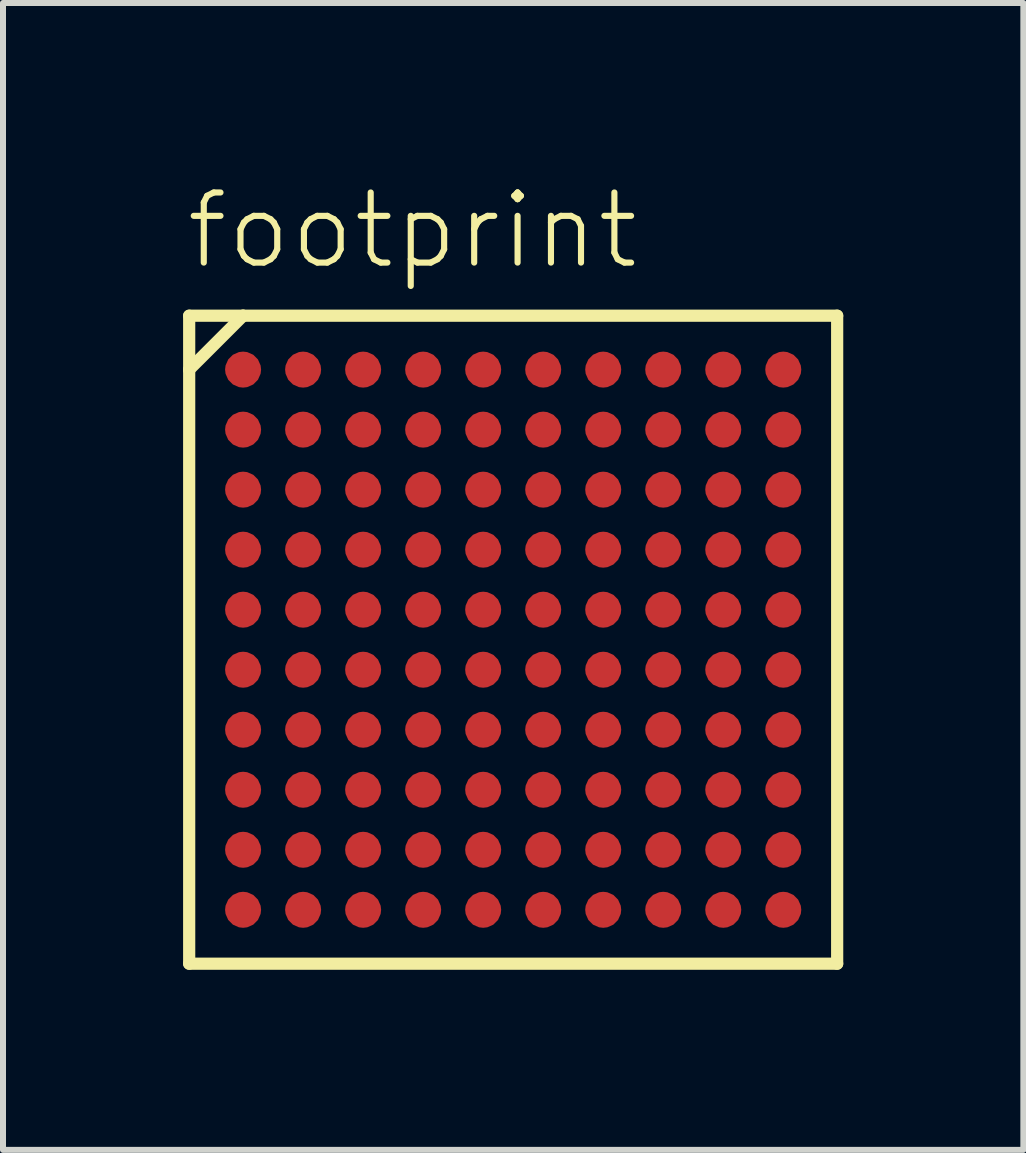
<source format=kicad_pcb>
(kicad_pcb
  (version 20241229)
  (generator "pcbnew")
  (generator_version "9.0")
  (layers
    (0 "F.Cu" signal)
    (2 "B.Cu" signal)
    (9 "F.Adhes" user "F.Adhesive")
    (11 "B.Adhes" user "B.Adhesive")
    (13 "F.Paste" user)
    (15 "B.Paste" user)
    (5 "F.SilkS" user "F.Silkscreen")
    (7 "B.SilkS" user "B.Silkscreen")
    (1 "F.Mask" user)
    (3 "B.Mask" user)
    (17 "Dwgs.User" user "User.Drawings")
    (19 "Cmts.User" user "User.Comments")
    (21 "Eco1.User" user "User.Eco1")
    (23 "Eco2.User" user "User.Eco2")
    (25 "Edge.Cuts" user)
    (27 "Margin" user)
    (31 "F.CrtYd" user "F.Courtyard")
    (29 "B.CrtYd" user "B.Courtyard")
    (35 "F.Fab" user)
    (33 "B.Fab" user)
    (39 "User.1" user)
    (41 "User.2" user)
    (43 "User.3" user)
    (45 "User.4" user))
  (footprint "footprint"
    (layer "F.Cu")
    (at 5.5 7.608)
    (property "Reference" "footprint" (at -5.5 -6.135 0) (layer "F.SilkS") (effects (font (size 1.168 1.168) (thickness 0.102)) (justify left bottom)))
    (fp_circle (center -4.5 -4.5) (end -4.375 -4.5) (stroke (width 0.25) (type solid)) (fill yes) (layer "F.Mask"))
    (fp_circle (center -4.5 -3.5) (end -4.375 -3.5) (stroke (width 0.25) (type solid)) (fill yes) (layer "F.Mask"))
    (fp_circle (center -4.5 -2.5) (end -4.375 -2.5) (stroke (width 0.25) (type solid)) (fill yes) (layer "F.Mask"))
    (fp_circle (center -4.5 -1.5) (end -4.375 -1.5) (stroke (width 0.25) (type solid)) (fill yes) (layer "F.Mask"))
    (fp_circle (center -4.5 -0.5) (end -4.375 -0.5) (stroke (width 0.25) (type solid)) (fill yes) (layer "F.Mask"))
    (fp_circle (center -4.5 0.5) (end -4.375 0.5) (stroke (width 0.25) (type solid)) (fill yes) (layer "F.Mask"))
    (fp_circle (center -4.5 1.5) (end -4.375 1.5) (stroke (width 0.25) (type solid)) (fill yes) (layer "F.Mask"))
    (fp_circle (center -4.5 2.5) (end -4.375 2.5) (stroke (width 0.25) (type solid)) (fill yes) (layer "F.Mask"))
    (fp_circle (center -4.5 3.5) (end -4.375 3.5) (stroke (width 0.25) (type solid)) (fill yes) (layer "F.Mask"))
    (fp_circle (center -4.5 4.5) (end -4.375 4.5) (stroke (width 0.25) (type solid)) (fill yes) (layer "F.Mask"))
    (fp_circle (center -3.5 -4.5) (end -3.375 -4.5) (stroke (width 0.25) (type solid)) (fill yes) (layer "F.Mask"))
    (fp_circle (center -3.5 -3.5) (end -3.375 -3.5) (stroke (width 0.25) (type solid)) (fill yes) (layer "F.Mask"))
    (fp_circle (center -3.5 -2.5) (end -3.375 -2.5) (stroke (width 0.25) (type solid)) (fill yes) (layer "F.Mask"))
    (fp_circle (center -3.5 -1.5) (end -3.375 -1.5) (stroke (width 0.25) (type solid)) (fill yes) (layer "F.Mask"))
    (fp_circle (center -3.5 -0.5) (end -3.375 -0.5) (stroke (width 0.25) (type solid)) (fill yes) (layer "F.Mask"))
    (fp_circle (center -3.5 0.5) (end -3.375 0.5) (stroke (width 0.25) (type solid)) (fill yes) (layer "F.Mask"))
    (fp_circle (center -3.5 1.5) (end -3.375 1.5) (stroke (width 0.25) (type solid)) (fill yes) (layer "F.Mask"))
    (fp_circle (center -3.5 2.5) (end -3.375 2.5) (stroke (width 0.25) (type solid)) (fill yes) (layer "F.Mask"))
    (fp_circle (center -3.5 3.5) (end -3.375 3.5) (stroke (width 0.25) (type solid)) (fill yes) (layer "F.Mask"))
    (fp_circle (center -3.5 4.5) (end -3.375 4.5) (stroke (width 0.25) (type solid)) (fill yes) (layer "F.Mask"))
    (fp_circle (center -2.5 -4.5) (end -2.375 -4.5) (stroke (width 0.25) (type solid)) (fill yes) (layer "F.Mask"))
    (fp_circle (center -2.5 -3.5) (end -2.375 -3.5) (stroke (width 0.25) (type solid)) (fill yes) (layer "F.Mask"))
    (fp_circle (center -2.5 -2.5) (end -2.375 -2.5) (stroke (width 0.25) (type solid)) (fill yes) (layer "F.Mask"))
    (fp_circle (center -2.5 -1.5) (end -2.375 -1.5) (stroke (width 0.25) (type solid)) (fill yes) (layer "F.Mask"))
    (fp_circle (center -2.5 -0.5) (end -2.375 -0.5) (stroke (width 0.25) (type solid)) (fill yes) (layer "F.Mask"))
    (fp_circle (center -2.5 0.5) (end -2.375 0.5) (stroke (width 0.25) (type solid)) (fill yes) (layer "F.Mask"))
    (fp_circle (center -2.5 1.5) (end -2.375 1.5) (stroke (width 0.25) (type solid)) (fill yes) (layer "F.Mask"))
    (fp_circle (center -2.5 2.5) (end -2.375 2.5) (stroke (width 0.25) (type solid)) (fill yes) (layer "F.Mask"))
    (fp_circle (center -2.5 3.5) (end -2.375 3.5) (stroke (width 0.25) (type solid)) (fill yes) (layer "F.Mask"))
    (fp_circle (center -2.5 4.5) (end -2.375 4.5) (stroke (width 0.25) (type solid)) (fill yes) (layer "F.Mask"))
    (fp_circle (center -1.5 -4.5) (end -1.375 -4.5) (stroke (width 0.25) (type solid)) (fill yes) (layer "F.Mask"))
    (fp_circle (center -1.5 -3.5) (end -1.375 -3.5) (stroke (width 0.25) (type solid)) (fill yes) (layer "F.Mask"))
    (fp_circle (center -1.5 -2.5) (end -1.375 -2.5) (stroke (width 0.25) (type solid)) (fill yes) (layer "F.Mask"))
    (fp_circle (center -1.5 -1.5) (end -1.375 -1.5) (stroke (width 0.25) (type solid)) (fill yes) (layer "F.Mask"))
    (fp_circle (center -1.5 -0.5) (end -1.375 -0.5) (stroke (width 0.25) (type solid)) (fill yes) (layer "F.Mask"))
    (fp_circle (center -1.5 0.5) (end -1.375 0.5) (stroke (width 0.25) (type solid)) (fill yes) (layer "F.Mask"))
    (fp_circle (center -1.5 1.5) (end -1.375 1.5) (stroke (width 0.25) (type solid)) (fill yes) (layer "F.Mask"))
    (fp_circle (center -1.5 2.5) (end -1.375 2.5) (stroke (width 0.25) (type solid)) (fill yes) (layer "F.Mask"))
    (fp_circle (center -1.5 3.5) (end -1.375 3.5) (stroke (width 0.25) (type solid)) (fill yes) (layer "F.Mask"))
    (fp_circle (center -1.5 4.5) (end -1.375 4.5) (stroke (width 0.25) (type solid)) (fill yes) (layer "F.Mask"))
    (fp_circle (center -0.5 -4.5) (end -0.375 -4.5) (stroke (width 0.25) (type solid)) (fill yes) (layer "F.Mask"))
    (fp_circle (center -0.5 -3.5) (end -0.375 -3.5) (stroke (width 0.25) (type solid)) (fill yes) (layer "F.Mask"))
    (fp_circle (center -0.5 -2.5) (end -0.375 -2.5) (stroke (width 0.25) (type solid)) (fill yes) (layer "F.Mask"))
    (fp_circle (center -0.5 -1.5) (end -0.375 -1.5) (stroke (width 0.25) (type solid)) (fill yes) (layer "F.Mask"))
    (fp_circle (center -0.5 -0.5) (end -0.375 -0.5) (stroke (width 0.25) (type solid)) (fill yes) (layer "F.Mask"))
    (fp_circle (center -0.5 0.5) (end -0.375 0.5) (stroke (width 0.25) (type solid)) (fill yes) (layer "F.Mask"))
    (fp_circle (center -0.5 1.5) (end -0.375 1.5) (stroke (width 0.25) (type solid)) (fill yes) (layer "F.Mask"))
    (fp_circle (center -0.5 2.5) (end -0.375 2.5) (stroke (width 0.25) (type solid)) (fill yes) (layer "F.Mask"))
    (fp_circle (center -0.5 3.5) (end -0.375 3.5) (stroke (width 0.25) (type solid)) (fill yes) (layer "F.Mask"))
    (fp_circle (center -0.5 4.5) (end -0.375 4.5) (stroke (width 0.25) (type solid)) (fill yes) (layer "F.Mask"))
    (fp_circle (center 0.5 -4.5) (end 0.625 -4.5) (stroke (width 0.25) (type solid)) (fill yes) (layer "F.Mask"))
    (fp_circle (center 0.5 -3.5) (end 0.625 -3.5) (stroke (width 0.25) (type solid)) (fill yes) (layer "F.Mask"))
    (fp_circle (center 0.5 -2.5) (end 0.625 -2.5) (stroke (width 0.25) (type solid)) (fill yes) (layer "F.Mask"))
    (fp_circle (center 0.5 -1.5) (end 0.625 -1.5) (stroke (width 0.25) (type solid)) (fill yes) (layer "F.Mask"))
    (fp_circle (center 0.5 -0.5) (end 0.625 -0.5) (stroke (width 0.25) (type solid)) (fill yes) (layer "F.Mask"))
    (fp_circle (center 0.5 0.5) (end 0.625 0.5) (stroke (width 0.25) (type solid)) (fill yes) (layer "F.Mask"))
    (fp_circle (center 0.5 1.5) (end 0.625 1.5) (stroke (width 0.25) (type solid)) (fill yes) (layer "F.Mask"))
    (fp_circle (center 0.5 2.5) (end 0.625 2.5) (stroke (width 0.25) (type solid)) (fill yes) (layer "F.Mask"))
    (fp_circle (center 0.5 3.5) (end 0.625 3.5) (stroke (width 0.25) (type solid)) (fill yes) (layer "F.Mask"))
    (fp_circle (center 0.5 4.5) (end 0.625 4.5) (stroke (width 0.25) (type solid)) (fill yes) (layer "F.Mask"))
    (fp_circle (center 1.5 -4.5) (end 1.625 -4.5) (stroke (width 0.25) (type solid)) (fill yes) (layer "F.Mask"))
    (fp_circle (center 1.5 -3.5) (end 1.625 -3.5) (stroke (width 0.25) (type solid)) (fill yes) (layer "F.Mask"))
    (fp_circle (center 1.5 -2.5) (end 1.625 -2.5) (stroke (width 0.25) (type solid)) (fill yes) (layer "F.Mask"))
    (fp_circle (center 1.5 -1.5) (end 1.625 -1.5) (stroke (width 0.25) (type solid)) (fill yes) (layer "F.Mask"))
    (fp_circle (center 1.5 -0.5) (end 1.625 -0.5) (stroke (width 0.25) (type solid)) (fill yes) (layer "F.Mask"))
    (fp_circle (center 1.5 0.5) (end 1.625 0.5) (stroke (width 0.25) (type solid)) (fill yes) (layer "F.Mask"))
    (fp_circle (center 1.5 1.5) (end 1.625 1.5) (stroke (width 0.25) (type solid)) (fill yes) (layer "F.Mask"))
    (fp_circle (center 1.5 2.5) (end 1.625 2.5) (stroke (width 0.25) (type solid)) (fill yes) (layer "F.Mask"))
    (fp_circle (center 1.5 3.5) (end 1.625 3.5) (stroke (width 0.25) (type solid)) (fill yes) (layer "F.Mask"))
    (fp_circle (center 1.5 4.5) (end 1.625 4.5) (stroke (width 0.25) (type solid)) (fill yes) (layer "F.Mask"))
    (fp_circle (center 2.5 -4.5) (end 2.625 -4.5) (stroke (width 0.25) (type solid)) (fill yes) (layer "F.Mask"))
    (fp_circle (center 2.5 -3.5) (end 2.625 -3.5) (stroke (width 0.25) (type solid)) (fill yes) (layer "F.Mask"))
    (fp_circle (center 2.5 -2.5) (end 2.625 -2.5) (stroke (width 0.25) (type solid)) (fill yes) (layer "F.Mask"))
    (fp_circle (center 2.5 -1.5) (end 2.625 -1.5) (stroke (width 0.25) (type solid)) (fill yes) (layer "F.Mask"))
    (fp_circle (center 2.5 -0.5) (end 2.625 -0.5) (stroke (width 0.25) (type solid)) (fill yes) (layer "F.Mask"))
    (fp_circle (center 2.5 0.5) (end 2.625 0.5) (stroke (width 0.25) (type solid)) (fill yes) (layer "F.Mask"))
    (fp_circle (center 2.5 1.5) (end 2.625 1.5) (stroke (width 0.25) (type solid)) (fill yes) (layer "F.Mask"))
    (fp_circle (center 2.5 2.5) (end 2.625 2.5) (stroke (width 0.25) (type solid)) (fill yes) (layer "F.Mask"))
    (fp_circle (center 2.5 3.5) (end 2.625 3.5) (stroke (width 0.25) (type solid)) (fill yes) (layer "F.Mask"))
    (fp_circle (center 2.5 4.5) (end 2.625 4.5) (stroke (width 0.25) (type solid)) (fill yes) (layer "F.Mask"))
    (fp_circle (center 3.5 -4.5) (end 3.625 -4.5) (stroke (width 0.25) (type solid)) (fill yes) (layer "F.Mask"))
    (fp_circle (center 3.5 -3.5) (end 3.625 -3.5) (stroke (width 0.25) (type solid)) (fill yes) (layer "F.Mask"))
    (fp_circle (center 3.5 -2.5) (end 3.625 -2.5) (stroke (width 0.25) (type solid)) (fill yes) (layer "F.Mask"))
    (fp_circle (center 3.5 -1.5) (end 3.625 -1.5) (stroke (width 0.25) (type solid)) (fill yes) (layer "F.Mask"))
    (fp_circle (center 3.5 -0.5) (end 3.625 -0.5) (stroke (width 0.25) (type solid)) (fill yes) (layer "F.Mask"))
    (fp_circle (center 3.5 0.5) (end 3.625 0.5) (stroke (width 0.25) (type solid)) (fill yes) (layer "F.Mask"))
    (fp_circle (center 3.5 1.5) (end 3.625 1.5) (stroke (width 0.25) (type solid)) (fill yes) (layer "F.Mask"))
    (fp_circle (center 3.5 2.5) (end 3.625 2.5) (stroke (width 0.25) (type solid)) (fill yes) (layer "F.Mask"))
    (fp_circle (center 3.5 3.5) (end 3.625 3.5) (stroke (width 0.25) (type solid)) (fill yes) (layer "F.Mask"))
    (fp_circle (center 3.5 4.5) (end 3.625 4.5) (stroke (width 0.25) (type solid)) (fill yes) (layer "F.Mask"))
    (fp_circle (center 4.5 -4.5) (end 4.625 -4.5) (stroke (width 0.25) (type solid)) (fill yes) (layer "F.Mask"))
    (fp_circle (center 4.5 -3.5) (end 4.625 -3.5) (stroke (width 0.25) (type solid)) (fill yes) (layer "F.Mask"))
    (fp_circle (center 4.5 -2.5) (end 4.625 -2.5) (stroke (width 0.25) (type solid)) (fill yes) (layer "F.Mask"))
    (fp_circle (center 4.5 -1.5) (end 4.625 -1.5) (stroke (width 0.25) (type solid)) (fill yes) (layer "F.Mask"))
    (fp_circle (center 4.5 -0.5) (end 4.625 -0.5) (stroke (width 0.25) (type solid)) (fill yes) (layer "F.Mask"))
    (fp_circle (center 4.5 0.5) (end 4.625 0.5) (stroke (width 0.25) (type solid)) (fill yes) (layer "F.Mask"))
    (fp_circle (center 4.5 1.5) (end 4.625 1.5) (stroke (width 0.25) (type solid)) (fill yes) (layer "F.Mask"))
    (fp_circle (center 4.5 2.5) (end 4.625 2.5) (stroke (width 0.25) (type solid)) (fill yes) (layer "F.Mask"))
    (fp_circle (center 4.5 3.5) (end 4.625 3.5) (stroke (width 0.25) (type solid)) (fill yes) (layer "F.Mask"))
    (fp_circle (center 4.5 4.5) (end 4.625 4.5) (stroke (width 0.25) (type solid)) (fill yes) (layer "F.Mask"))
    (fp_line (start -5.398 -5.398) (end -5.398 -4.5) (stroke (width 0.203) (type solid)) (layer "F.SilkS"))
    (fp_line (start -5.398 -4.5) (end -5.398 5.398) (stroke (width 0.203) (type solid)) (layer "F.SilkS"))
    (fp_line (start -5.398 -4.5) (end -4.5 -5.398) (stroke (width 0.203) (type solid)) (layer "F.SilkS"))
    (fp_line (start -5.398 5.398) (end 5.398 5.398) (stroke (width 0.203) (type solid)) (layer "F.SilkS"))
    (fp_line (start -4.5 -5.398) (end -5.398 -5.398) (stroke (width 0.203) (type solid)) (layer "F.SilkS"))
    (fp_line (start 5.398 -5.398) (end -4.5 -5.398) (stroke (width 0.203) (type solid)) (layer "F.SilkS"))
    (fp_line (start 5.398 5.398) (end 5.398 -5.398) (stroke (width 0.203) (type solid)) (layer "F.SilkS"))
    (pad "A1" smd roundrect (at -4.5 -4.5) (size 0.6 0.6) (layers "F.Cu") (roundrect_rratio 0.5))
    (pad "A2" smd roundrect (at -3.5 -4.5) (size 0.6 0.6) (layers "F.Cu") (roundrect_rratio 0.5))
    (pad "A3" smd roundrect (at -2.5 -4.5) (size 0.6 0.6) (layers "F.Cu") (roundrect_rratio 0.5))
    (pad "A4" smd roundrect (at -1.5 -4.5) (size 0.6 0.6) (layers "F.Cu") (roundrect_rratio 0.5))
    (pad "A5" smd roundrect (at -0.5 -4.5) (size 0.6 0.6) (layers "F.Cu") (roundrect_rratio 0.5))
    (pad "A6" smd roundrect (at 0.5 -4.5) (size 0.6 0.6) (layers "F.Cu") (roundrect_rratio 0.5))
    (pad "A7" smd roundrect (at 1.5 -4.5) (size 0.6 0.6) (layers "F.Cu") (roundrect_rratio 0.5))
    (pad "A8" smd roundrect (at 2.5 -4.5) (size 0.6 0.6) (layers "F.Cu") (roundrect_rratio 0.5))
    (pad "A9" smd roundrect (at 3.5 -4.5) (size 0.6 0.6) (layers "F.Cu") (roundrect_rratio 0.5))
    (pad "A10" smd roundrect (at 4.5 -4.5) (size 0.6 0.6) (layers "F.Cu") (roundrect_rratio 0.5))
    (pad "B1" smd roundrect (at -4.5 -3.5) (size 0.6 0.6) (layers "F.Cu") (roundrect_rratio 0.5))
    (pad "B2" smd roundrect (at -3.5 -3.5) (size 0.6 0.6) (layers "F.Cu") (roundrect_rratio 0.5))
    (pad "B3" smd roundrect (at -2.5 -3.5) (size 0.6 0.6) (layers "F.Cu") (roundrect_rratio 0.5))
    (pad "B4" smd roundrect (at -1.5 -3.5) (size 0.6 0.6) (layers "F.Cu") (roundrect_rratio 0.5))
    (pad "B5" smd roundrect (at -0.5 -3.5) (size 0.6 0.6) (layers "F.Cu") (roundrect_rratio 0.5))
    (pad "B6" smd roundrect (at 0.5 -3.5) (size 0.6 0.6) (layers "F.Cu") (roundrect_rratio 0.5))
    (pad "B7" smd roundrect (at 1.5 -3.5) (size 0.6 0.6) (layers "F.Cu") (roundrect_rratio 0.5))
    (pad "B8" smd roundrect (at 2.5 -3.5) (size 0.6 0.6) (layers "F.Cu") (roundrect_rratio 0.5))
    (pad "B9" smd roundrect (at 3.5 -3.5) (size 0.6 0.6) (layers "F.Cu") (roundrect_rratio 0.5))
    (pad "B10" smd roundrect (at 4.5 -3.5) (size 0.6 0.6) (layers "F.Cu") (roundrect_rratio 0.5))
    (pad "C1" smd roundrect (at -4.5 -2.5) (size 0.6 0.6) (layers "F.Cu") (roundrect_rratio 0.5))
    (pad "C2" smd roundrect (at -3.5 -2.5) (size 0.6 0.6) (layers "F.Cu") (roundrect_rratio 0.5))
    (pad "C3" smd roundrect (at -2.5 -2.5) (size 0.6 0.6) (layers "F.Cu") (roundrect_rratio 0.5))
    (pad "C4" smd roundrect (at -1.5 -2.5) (size 0.6 0.6) (layers "F.Cu") (roundrect_rratio 0.5))
    (pad "C5" smd roundrect (at -0.5 -2.5) (size 0.6 0.6) (layers "F.Cu") (roundrect_rratio 0.5))
    (pad "C6" smd roundrect (at 0.5 -2.5) (size 0.6 0.6) (layers "F.Cu") (roundrect_rratio 0.5))
    (pad "C7" smd roundrect (at 1.5 -2.5) (size 0.6 0.6) (layers "F.Cu") (roundrect_rratio 0.5))
    (pad "C8" smd roundrect (at 2.5 -2.5) (size 0.6 0.6) (layers "F.Cu") (roundrect_rratio 0.5))
    (pad "C9" smd roundrect (at 3.5 -2.5) (size 0.6 0.6) (layers "F.Cu") (roundrect_rratio 0.5))
    (pad "C10" smd roundrect (at 4.5 -2.5) (size 0.6 0.6) (layers "F.Cu") (roundrect_rratio 0.5))
    (pad "D1" smd roundrect (at -4.5 -1.5) (size 0.6 0.6) (layers "F.Cu") (roundrect_rratio 0.5))
    (pad "D2" smd roundrect (at -3.5 -1.5) (size 0.6 0.6) (layers "F.Cu") (roundrect_rratio 0.5))
    (pad "D3" smd roundrect (at -2.5 -1.5) (size 0.6 0.6) (layers "F.Cu") (roundrect_rratio 0.5))
    (pad "D4" smd roundrect (at -1.5 -1.5) (size 0.6 0.6) (layers "F.Cu") (roundrect_rratio 0.5))
    (pad "D5" smd roundrect (at -0.5 -1.5) (size 0.6 0.6) (layers "F.Cu") (roundrect_rratio 0.5))
    (pad "D6" smd roundrect (at 0.5 -1.5) (size 0.6 0.6) (layers "F.Cu") (roundrect_rratio 0.5))
    (pad "D7" smd roundrect (at 1.5 -1.5) (size 0.6 0.6) (layers "F.Cu") (roundrect_rratio 0.5))
    (pad "D8" smd roundrect (at 2.5 -1.5) (size 0.6 0.6) (layers "F.Cu") (roundrect_rratio 0.5))
    (pad "D9" smd roundrect (at 3.5 -1.5) (size 0.6 0.6) (layers "F.Cu") (roundrect_rratio 0.5))
    (pad "D10" smd roundrect (at 4.5 -1.5) (size 0.6 0.6) (layers "F.Cu") (roundrect_rratio 0.5))
    (pad "E1" smd roundrect (at -4.5 -0.5) (size 0.6 0.6) (layers "F.Cu") (roundrect_rratio 0.5))
    (pad "E2" smd roundrect (at -3.5 -0.5) (size 0.6 0.6) (layers "F.Cu") (roundrect_rratio 0.5))
    (pad "E3" smd roundrect (at -2.5 -0.5) (size 0.6 0.6) (layers "F.Cu") (roundrect_rratio 0.5))
    (pad "E4" smd roundrect (at -1.5 -0.5) (size 0.6 0.6) (layers "F.Cu") (roundrect_rratio 0.5))
    (pad "E5" smd roundrect (at -0.5 -0.5) (size 0.6 0.6) (layers "F.Cu") (roundrect_rratio 0.5))
    (pad "E6" smd roundrect (at 0.5 -0.5) (size 0.6 0.6) (layers "F.Cu") (roundrect_rratio 0.5))
    (pad "E7" smd roundrect (at 1.5 -0.5) (size 0.6 0.6) (layers "F.Cu") (roundrect_rratio 0.5))
    (pad "E8" smd roundrect (at 2.5 -0.5) (size 0.6 0.6) (layers "F.Cu") (roundrect_rratio 0.5))
    (pad "E9" smd roundrect (at 3.5 -0.5) (size 0.6 0.6) (layers "F.Cu") (roundrect_rratio 0.5))
    (pad "E10" smd roundrect (at 4.5 -0.5) (size 0.6 0.6) (layers "F.Cu") (roundrect_rratio 0.5))
    (pad "F1" smd roundrect (at -4.5 0.5) (size 0.6 0.6) (layers "F.Cu") (roundrect_rratio 0.5))
    (pad "F2" smd roundrect (at -3.5 0.5) (size 0.6 0.6) (layers "F.Cu") (roundrect_rratio 0.5))
    (pad "F3" smd roundrect (at -2.5 0.5) (size 0.6 0.6) (layers "F.Cu") (roundrect_rratio 0.5))
    (pad "F4" smd roundrect (at -1.5 0.5) (size 0.6 0.6) (layers "F.Cu") (roundrect_rratio 0.5))
    (pad "F5" smd roundrect (at -0.5 0.5) (size 0.6 0.6) (layers "F.Cu") (roundrect_rratio 0.5))
    (pad "F6" smd roundrect (at 0.5 0.5) (size 0.6 0.6) (layers "F.Cu") (roundrect_rratio 0.5))
    (pad "F7" smd roundrect (at 1.5 0.5) (size 0.6 0.6) (layers "F.Cu") (roundrect_rratio 0.5))
    (pad "F8" smd roundrect (at 2.5 0.5) (size 0.6 0.6) (layers "F.Cu") (roundrect_rratio 0.5))
    (pad "F9" smd roundrect (at 3.5 0.5) (size 0.6 0.6) (layers "F.Cu") (roundrect_rratio 0.5))
    (pad "F10" smd roundrect (at 4.5 0.5) (size 0.6 0.6) (layers "F.Cu") (roundrect_rratio 0.5))
    (pad "G1" smd roundrect (at -4.5 1.5) (size 0.6 0.6) (layers "F.Cu") (roundrect_rratio 0.5))
    (pad "G2" smd roundrect (at -3.5 1.5) (size 0.6 0.6) (layers "F.Cu") (roundrect_rratio 0.5))
    (pad "G3" smd roundrect (at -2.5 1.5) (size 0.6 0.6) (layers "F.Cu") (roundrect_rratio 0.5))
    (pad "G4" smd roundrect (at -1.5 1.5) (size 0.6 0.6) (layers "F.Cu") (roundrect_rratio 0.5))
    (pad "G5" smd roundrect (at -0.5 1.5) (size 0.6 0.6) (layers "F.Cu") (roundrect_rratio 0.5))
    (pad "G6" smd roundrect (at 0.5 1.5) (size 0.6 0.6) (layers "F.Cu") (roundrect_rratio 0.5))
    (pad "G7" smd roundrect (at 1.5 1.5) (size 0.6 0.6) (layers "F.Cu") (roundrect_rratio 0.5))
    (pad "G8" smd roundrect (at 2.5 1.5) (size 0.6 0.6) (layers "F.Cu") (roundrect_rratio 0.5))
    (pad "G9" smd roundrect (at 3.5 1.5) (size 0.6 0.6) (layers "F.Cu") (roundrect_rratio 0.5))
    (pad "G10" smd roundrect (at 4.5 1.5) (size 0.6 0.6) (layers "F.Cu") (roundrect_rratio 0.5))
    (pad "H1" smd roundrect (at -4.5 2.5) (size 0.6 0.6) (layers "F.Cu") (roundrect_rratio 0.5))
    (pad "H2" smd roundrect (at -3.5 2.5) (size 0.6 0.6) (layers "F.Cu") (roundrect_rratio 0.5))
    (pad "H3" smd roundrect (at -2.5 2.5) (size 0.6 0.6) (layers "F.Cu") (roundrect_rratio 0.5))
    (pad "H4" smd roundrect (at -1.5 2.5) (size 0.6 0.6) (layers "F.Cu") (roundrect_rratio 0.5))
    (pad "H5" smd roundrect (at -0.5 2.5) (size 0.6 0.6) (layers "F.Cu") (roundrect_rratio 0.5))
    (pad "H6" smd roundrect (at 0.5 2.5) (size 0.6 0.6) (layers "F.Cu") (roundrect_rratio 0.5))
    (pad "H7" smd roundrect (at 1.5 2.5) (size 0.6 0.6) (layers "F.Cu") (roundrect_rratio 0.5))
    (pad "H8" smd roundrect (at 2.5 2.5) (size 0.6 0.6) (layers "F.Cu") (roundrect_rratio 0.5))
    (pad "H9" smd roundrect (at 3.5 2.5) (size 0.6 0.6) (layers "F.Cu") (roundrect_rratio 0.5))
    (pad "H10" smd roundrect (at 4.5 2.5) (size 0.6 0.6) (layers "F.Cu") (roundrect_rratio 0.5))
    (pad "J1" smd roundrect (at -4.5 3.5) (size 0.6 0.6) (layers "F.Cu") (roundrect_rratio 0.5))
    (pad "J2" smd roundrect (at -3.5 3.5) (size 0.6 0.6) (layers "F.Cu") (roundrect_rratio 0.5))
    (pad "J3" smd roundrect (at -2.5 3.5) (size 0.6 0.6) (layers "F.Cu") (roundrect_rratio 0.5))
    (pad "J4" smd roundrect (at -1.5 3.5) (size 0.6 0.6) (layers "F.Cu") (roundrect_rratio 0.5))
    (pad "J5" smd roundrect (at -0.5 3.5) (size 0.6 0.6) (layers "F.Cu") (roundrect_rratio 0.5))
    (pad "J6" smd roundrect (at 0.5 3.5) (size 0.6 0.6) (layers "F.Cu") (roundrect_rratio 0.5))
    (pad "J7" smd roundrect (at 1.5 3.5) (size 0.6 0.6) (layers "F.Cu") (roundrect_rratio 0.5))
    (pad "J8" smd roundrect (at 2.5 3.5) (size 0.6 0.6) (layers "F.Cu") (roundrect_rratio 0.5))
    (pad "J9" smd roundrect (at 3.5 3.5) (size 0.6 0.6) (layers "F.Cu") (roundrect_rratio 0.5))
    (pad "J10" smd roundrect (at 4.5 3.5) (size 0.6 0.6) (layers "F.Cu") (roundrect_rratio 0.5))
    (pad "K1" smd roundrect (at -4.5 4.5) (size 0.6 0.6) (layers "F.Cu") (roundrect_rratio 0.5))
    (pad "K2" smd roundrect (at -3.5 4.5) (size 0.6 0.6) (layers "F.Cu") (roundrect_rratio 0.5))
    (pad "K3" smd roundrect (at -2.5 4.5) (size 0.6 0.6) (layers "F.Cu") (roundrect_rratio 0.5))
    (pad "K4" smd roundrect (at -1.5 4.5) (size 0.6 0.6) (layers "F.Cu") (roundrect_rratio 0.5))
    (pad "K5" smd roundrect (at -0.5 4.5) (size 0.6 0.6) (layers "F.Cu") (roundrect_rratio 0.5))
    (pad "K6" smd roundrect (at 0.5 4.5) (size 0.6 0.6) (layers "F.Cu") (roundrect_rratio 0.5))
    (pad "K7" smd roundrect (at 1.5 4.5) (size 0.6 0.6) (layers "F.Cu") (roundrect_rratio 0.5))
    (pad "K8" smd roundrect (at 2.5 4.5) (size 0.6 0.6) (layers "F.Cu") (roundrect_rratio 0.5))
    (pad "K9" smd roundrect (at 3.5 4.5) (size 0.6 0.6) (layers "F.Cu") (roundrect_rratio 0.5))
    (pad "K10" smd roundrect (at 4.5 4.5) (size 0.6 0.6) (layers "F.Cu") (roundrect_rratio 0.5)))
  (gr_rect
    (start -3 -3)
    (end 14 16.108)
    (stroke (width 0.1) (type default))
    (fill no)
    (layer "Edge.Cuts")))
</source>
